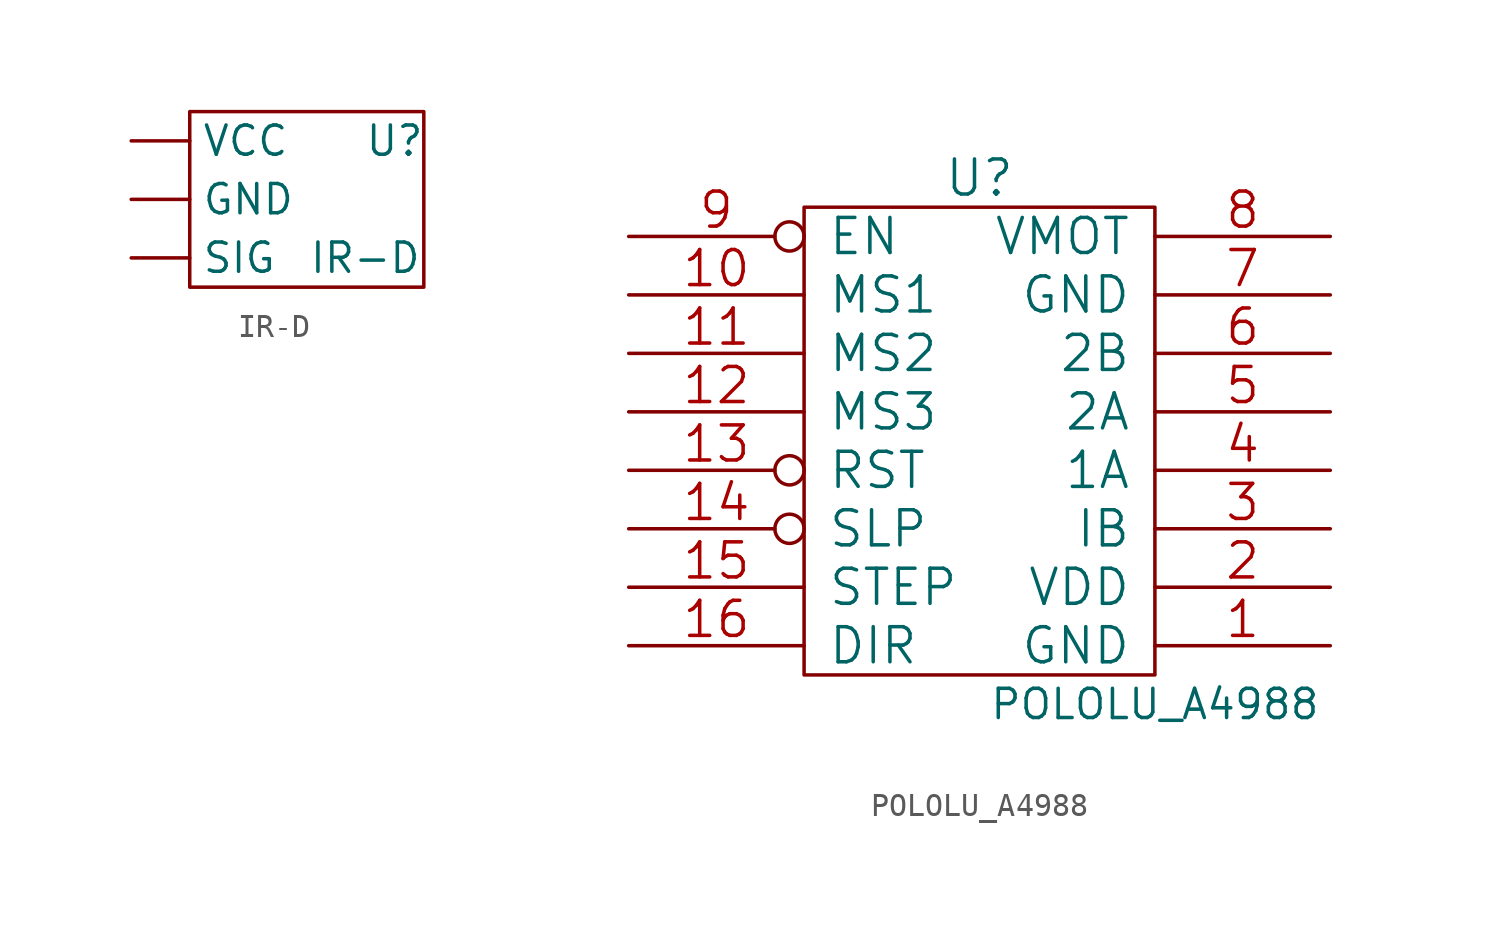
<source format=kicad_sym>
(kicad_symbol_lib
  (version 20211014)
  (generator kicad_symbol_editor)
  (symbol "IR-D"
    (property "Reference" "U"
      (at 5.08 2.54 0)
      (effects (font (size 1.27 1.27))))
    (property "Value" "IR-D"
      (at 3.81 -2.54 0)
      (effects (font (size 1.27 1.27))))
    (symbol "IR-D_0_1"
      (rectangle (start -3.81 3.81) (end 6.35 -3.81) (stroke (width 0.152) (type default) (color 0 0 0 0)) (fill (type none))))
    (symbol "IR-D_1_1"
      (pin passive line (at -6.35 0 0) (length 2.54) (name "GND" (effects (font (size 1.27 1.27)))) (number "" (effects (font (size 1.27 1.27)))))
      (pin passive line (at -6.35 -2.54 0) (length 2.54) (name "SIG" (effects (font (size 1.27 1.27)))) (number "" (effects (font (size 1.27 1.27)))))
      (pin passive line (at -6.35 2.54 0) (length 2.54) (name "VCC" (effects (font (size 1.27 1.27)))) (number "" (effects (font (size 1.27 1.27)))))))
  (symbol "POLOLU_A4988"
    (pin_names
      (offset 1.016))
    (property "Reference" "U"
      (at 0 11.43 0)
      (effects (font (size 1.524 1.524))))
    (property "Value" "POLOLU_A4988"
      (at 7.62 -11.43 0)
      (effects (font (size 1.27 1.27))))
    (symbol "POLOLU_A4988_0_1"
      (rectangle (start -7.62 10.16) (end 7.62 -10.16) (stroke (width 0) (type default) (color 0 0 0 0)) (fill (type none))))
    (symbol "POLOLU_A4988_1_1"
      (pin passive line (at 15.24 -8.89 180) (length 7.62) (name "GND" (effects (font (size 1.524 1.524)))) (number "1" (effects (font (size 1.524 1.524)))))
      (pin passive line (at -15.24 6.35 0) (length 7.62) (name "MS1" (effects (font (size 1.524 1.524)))) (number "10" (effects (font (size 1.524 1.524)))))
      (pin passive line (at -15.24 3.81 0) (length 7.62) (name "MS2" (effects (font (size 1.524 1.524)))) (number "11" (effects (font (size 1.524 1.524)))))
      (pin passive line (at -15.24 1.27 0) (length 7.62) (name "MS3" (effects (font (size 1.524 1.524)))) (number "12" (effects (font (size 1.524 1.524)))))
      (pin passive inverted (at -15.24 -1.27 0) (length 7.62) (name "RST" (effects (font (size 1.524 1.524)))) (number "13" (effects (font (size 1.524 1.524)))))
      (pin passive inverted (at -15.24 -3.81 0) (length 7.62) (name "SLP" (effects (font (size 1.524 1.524)))) (number "14" (effects (font (size 1.524 1.524)))))
      (pin passive line (at -15.24 -6.35 0) (length 7.62) (name "STEP" (effects (font (size 1.524 1.524)))) (number "15" (effects (font (size 1.524 1.524)))))
      (pin passive line (at -15.24 -8.89 0) (length 7.62) (name "DIR" (effects (font (size 1.524 1.524)))) (number "16" (effects (font (size 1.524 1.524)))))
      (pin passive line (at 15.24 -6.35 180) (length 7.62) (name "VDD" (effects (font (size 1.524 1.524)))) (number "2" (effects (font (size 1.524 1.524)))))
      (pin passive line (at 15.24 -3.81 180) (length 7.62) (name "IB" (effects (font (size 1.524 1.524)))) (number "3" (effects (font (size 1.524 1.524)))))
      (pin passive line (at 15.24 -1.27 180) (length 7.62) (name "1A" (effects (font (size 1.524 1.524)))) (number "4" (effects (font (size 1.524 1.524)))))
      (pin passive line (at 15.24 1.27 180) (length 7.62) (name "2A" (effects (font (size 1.524 1.524)))) (number "5" (effects (font (size 1.524 1.524)))))
      (pin passive line (at 15.24 3.81 180) (length 7.62) (name "2B" (effects (font (size 1.524 1.524)))) (number "6" (effects (font (size 1.524 1.524)))))
      (pin passive line (at 15.24 6.35 180) (length 7.62) (name "GND" (effects (font (size 1.524 1.524)))) (number "7" (effects (font (size 1.524 1.524)))))
      (pin passive line (at 15.24 8.89 180) (length 7.62) (name "VMOT" (effects (font (size 1.524 1.524)))) (number "8" (effects (font (size 1.524 1.524)))))
      (pin passive inverted (at -15.24 8.89 0) (length 7.62) (name "EN" (effects (font (size 1.524 1.524)))) (number "9" (effects (font (size 1.524 1.524))))))))
</source>
